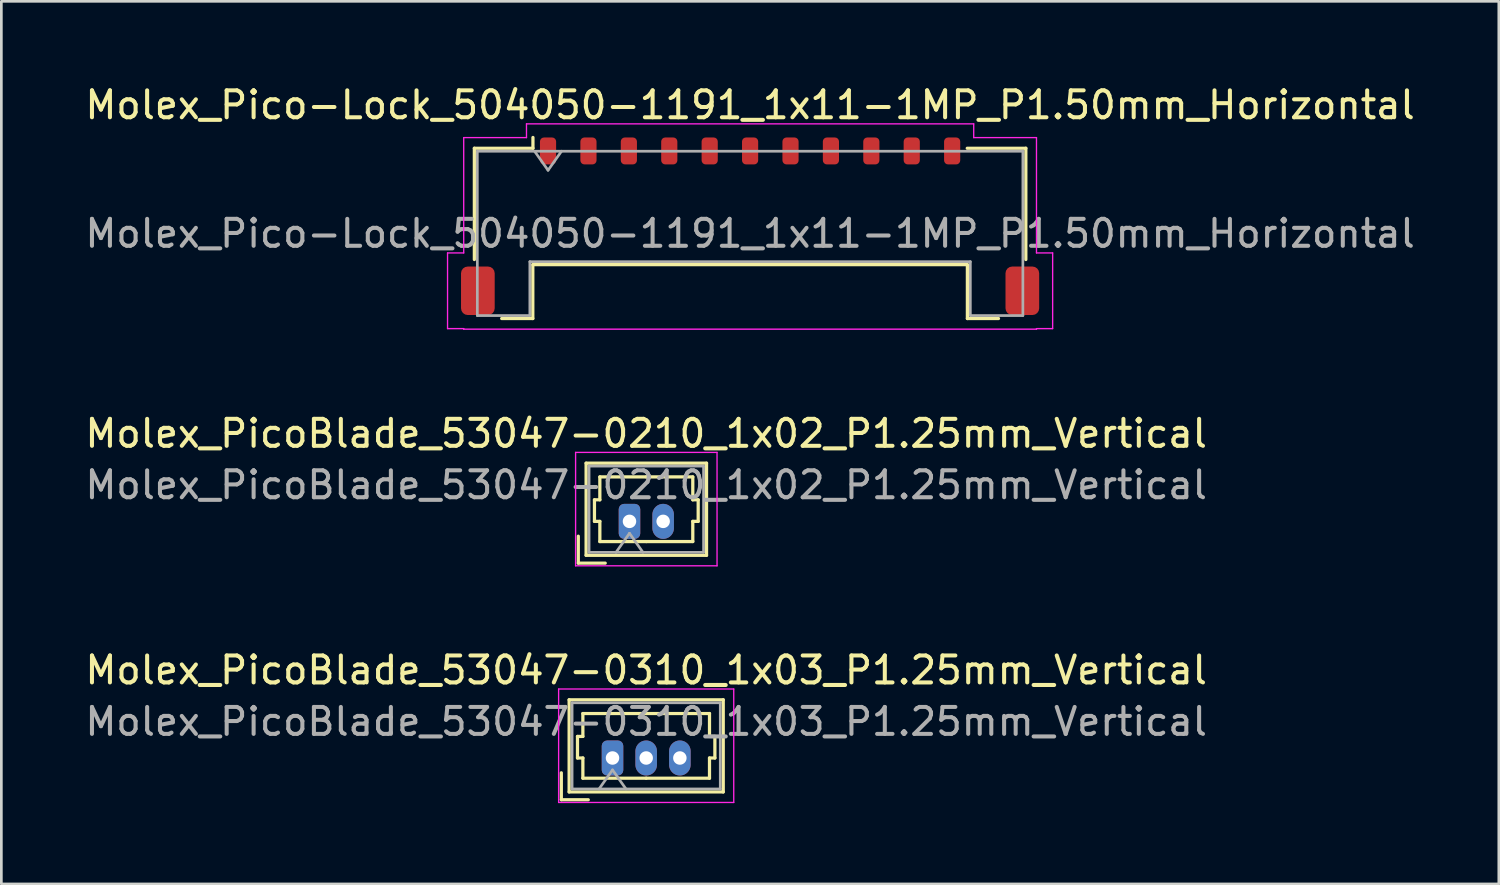
<source format=kicad_pcb>
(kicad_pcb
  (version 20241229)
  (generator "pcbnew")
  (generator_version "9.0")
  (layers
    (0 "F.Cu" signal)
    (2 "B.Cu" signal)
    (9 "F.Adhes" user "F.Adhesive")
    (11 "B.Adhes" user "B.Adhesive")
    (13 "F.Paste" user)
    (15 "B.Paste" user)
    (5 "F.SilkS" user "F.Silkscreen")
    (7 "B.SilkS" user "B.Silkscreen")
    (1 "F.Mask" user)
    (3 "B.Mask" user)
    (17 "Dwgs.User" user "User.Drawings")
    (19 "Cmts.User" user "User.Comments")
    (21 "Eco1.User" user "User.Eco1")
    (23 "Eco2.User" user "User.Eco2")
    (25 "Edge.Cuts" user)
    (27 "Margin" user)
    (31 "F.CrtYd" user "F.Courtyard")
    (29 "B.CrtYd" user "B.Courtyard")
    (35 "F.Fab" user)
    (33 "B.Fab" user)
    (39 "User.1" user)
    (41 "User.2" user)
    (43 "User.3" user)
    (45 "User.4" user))
  (footprint "Molex_Pico-Lock_504050-1191_1x11-1MP_P1.50mm_Horizontal"
    (layer "F.Cu")
    (at 24.792 5.348)
    (property "Reference" "Molex_Pico-Lock_504050-1191_1x11-1MP_P1.50mm_Horizontal" (at 0 -4.5 0) (layer "F.SilkS") (effects (font (size 1 1) (thickness 0.15))))
    (attr smd)
    (fp_line (start -10.235 -2.895) (end -8.06 -2.895) (stroke (width 0.12) (type solid)) (layer "F.SilkS"))
    (fp_line (start -10.235 1.235) (end -10.235 -2.895) (stroke (width 0.12) (type solid)) (layer "F.SilkS"))
    (fp_line (start -9.22 3.425) (end -8.065 3.425) (stroke (width 0.12) (type solid)) (layer "F.SilkS"))
    (fp_line (start -8.065 1.425) (end 8.065 1.425) (stroke (width 0.12) (type solid)) (layer "F.SilkS"))
    (fp_line (start -8.065 3.425) (end -8.065 1.425) (stroke (width 0.12) (type solid)) (layer "F.SilkS"))
    (fp_line (start -8.06 -2.895) (end -8.06 -3.295) (stroke (width 0.12) (type solid)) (layer "F.SilkS"))
    (fp_line (start 8.065 1.425) (end 8.065 3.425) (stroke (width 0.12) (type solid)) (layer "F.SilkS"))
    (fp_line (start 8.065 3.425) (end 9.22 3.425) (stroke (width 0.12) (type solid)) (layer "F.SilkS"))
    (fp_line (start 10.235 -2.895) (end 8.06 -2.895) (stroke (width 0.12) (type solid)) (layer "F.SilkS"))
    (fp_line (start 10.235 1.235) (end 10.235 -2.895) (stroke (width 0.12) (type solid)) (layer "F.SilkS"))
    (fp_line (start -11.23 0.99) (end -10.63 0.99) (stroke (width 0.05) (type solid)) (layer "F.CrtYd"))
    (fp_line (start -11.23 3.8) (end -11.23 0.99) (stroke (width 0.05) (type solid)) (layer "F.CrtYd"))
    (fp_line (start -10.63 -3.29) (end -8.3 -3.29) (stroke (width 0.05) (type solid)) (layer "F.CrtYd"))
    (fp_line (start -10.63 0.99) (end -10.63 -3.29) (stroke (width 0.05) (type solid)) (layer "F.CrtYd"))
    (fp_line (start -10.63 3.8) (end -11.23 3.8) (stroke (width 0.05) (type solid)) (layer "F.CrtYd"))
    (fp_line (start -10.63 3.82) (end -10.63 3.8) (stroke (width 0.05) (type solid)) (layer "F.CrtYd"))
    (fp_line (start -8.3 -3.8) (end 8.3 -3.8) (stroke (width 0.05) (type solid)) (layer "F.CrtYd"))
    (fp_line (start -8.3 -3.29) (end -8.3 -3.8) (stroke (width 0.05) (type solid)) (layer "F.CrtYd"))
    (fp_line (start 8.3 -3.8) (end 8.3 -3.29) (stroke (width 0.05) (type solid)) (layer "F.CrtYd"))
    (fp_line (start 8.3 -3.29) (end 10.63 -3.29) (stroke (width 0.05) (type solid)) (layer "F.CrtYd"))
    (fp_line (start 10.63 -3.29) (end 10.63 0.99) (stroke (width 0.05) (type solid)) (layer "F.CrtYd"))
    (fp_line (start 10.63 0.99) (end 11.23 0.99) (stroke (width 0.05) (type solid)) (layer "F.CrtYd"))
    (fp_line (start 10.63 3.8) (end 10.63 3.82) (stroke (width 0.05) (type solid)) (layer "F.CrtYd"))
    (fp_line (start 10.63 3.82) (end -10.63 3.82) (stroke (width 0.05) (type solid)) (layer "F.CrtYd"))
    (fp_line (start 11.23 0.99) (end 11.23 3.8) (stroke (width 0.05) (type solid)) (layer "F.CrtYd"))
    (fp_line (start 11.23 3.8) (end 10.63 3.8) (stroke (width 0.05) (type solid)) (layer "F.CrtYd"))
    (fp_line (start -10.125 -2.785) (end -10.125 3.315) (stroke (width 0.1) (type solid)) (layer "F.Fab"))
    (fp_line (start -10.125 -2.785) (end 10.125 -2.785) (stroke (width 0.1) (type solid)) (layer "F.Fab"))
    (fp_line (start -10.125 3.315) (end -8.175 3.315) (stroke (width 0.1) (type solid)) (layer "F.Fab"))
    (fp_line (start -8.175 1.315) (end 8.175 1.315) (stroke (width 0.1) (type solid)) (layer "F.Fab"))
    (fp_line (start -8.175 3.315) (end -8.175 1.315) (stroke (width 0.1) (type solid)) (layer "F.Fab"))
    (fp_line (start -8 -2.785) (end -7.5 -2.078) (stroke (width 0.1) (type solid)) (layer "F.Fab"))
    (fp_line (start -7.5 -2.078) (end -7 -2.785) (stroke (width 0.1) (type solid)) (layer "F.Fab"))
    (fp_line (start 8.175 1.315) (end 8.175 3.315) (stroke (width 0.1) (type solid)) (layer "F.Fab"))
    (fp_line (start 8.175 3.315) (end 10.125 3.315) (stroke (width 0.1) (type solid)) (layer "F.Fab"))
    (fp_line (start 10.125 -2.785) (end 10.125 3.315) (stroke (width 0.1) (type solid)) (layer "F.Fab"))
    (fp_text user "${REFERENCE}" (at 0 0.27 0) (layer "F.Fab") (effects (font (size 1 1) (thickness 0.15))))
    (pad "1" smd roundrect (at -7.5 -2.795) (size 0.6 1) (layers "F.Cu" "F.Mask" "F.Paste") (roundrect_rratio 0.25))
    (pad "2" smd roundrect (at -6 -2.795) (size 0.6 1) (layers "F.Cu" "F.Mask" "F.Paste") (roundrect_rratio 0.25))
    (pad "3" smd roundrect (at -4.5 -2.795) (size 0.6 1) (layers "F.Cu" "F.Mask" "F.Paste") (roundrect_rratio 0.25))
    (pad "4" smd roundrect (at -3 -2.795) (size 0.6 1) (layers "F.Cu" "F.Mask" "F.Paste") (roundrect_rratio 0.25))
    (pad "5" smd roundrect (at -1.5 -2.795) (size 0.6 1) (layers "F.Cu" "F.Mask" "F.Paste") (roundrect_rratio 0.25))
    (pad "6" smd roundrect (at 0 -2.795) (size 0.6 1) (layers "F.Cu" "F.Mask" "F.Paste") (roundrect_rratio 0.25))
    (pad "7" smd roundrect (at 1.5 -2.795) (size 0.6 1) (layers "F.Cu" "F.Mask" "F.Paste") (roundrect_rratio 0.25))
    (pad "8" smd roundrect (at 3 -2.795) (size 0.6 1) (layers "F.Cu" "F.Mask" "F.Paste") (roundrect_rratio 0.25))
    (pad "9" smd roundrect (at 4.5 -2.795) (size 0.6 1) (layers "F.Cu" "F.Mask" "F.Paste") (roundrect_rratio 0.25))
    (pad "10" smd roundrect (at 6 -2.795) (size 0.6 1) (layers "F.Cu" "F.Mask" "F.Paste") (roundrect_rratio 0.25))
    (pad "11" smd roundrect (at 7.5 -2.795) (size 0.6 1) (layers "F.Cu" "F.Mask" "F.Paste") (roundrect_rratio 0.25))
    (pad "MP" smd roundrect (at -10.105 2.395) (size 1.25 1.8) (layers "F.Cu" "F.Mask" "F.Paste") (roundrect_rratio 0.2))
    (pad "MP" smd roundrect (at 10.105 2.395) (size 1.25 1.8) (layers "F.Cu" "F.Mask" "F.Paste") (roundrect_rratio 0.2)))
  (footprint "Molex_PicoBlade_53047-0210_1x02_P1.25mm_Vertical"
    (layer "F.Cu")
    (at 20.315 16.302)
    (property "Reference" "Molex_PicoBlade_53047-0210_1x02_P1.25mm_Vertical" (at 0.62 -3.26 0) (layer "F.SilkS") (effects (font (size 1 1) (thickness 0.15))))
    (attr through_hole)
    (fp_line (start -1.9 1.55) (end -1.9 0.55) (stroke (width 0.12) (type solid)) (layer "F.SilkS"))
    (fp_line (start -1.9 1.55) (end -0.9 1.55) (stroke (width 0.12) (type solid)) (layer "F.SilkS"))
    (fp_line (start -1.61 -2.16) (end -1.61 1.26) (stroke (width 0.12) (type solid)) (layer "F.SilkS"))
    (fp_line (start -1.61 1.26) (end 2.86 1.26) (stroke (width 0.12) (type solid)) (layer "F.SilkS"))
    (fp_line (start -1.3 -0.8) (end -1.1 -0.8) (stroke (width 0.12) (type solid)) (layer "F.SilkS"))
    (fp_line (start -1.3 0) (end -1.3 -0.8) (stroke (width 0.12) (type solid)) (layer "F.SilkS"))
    (fp_line (start -1.1 -1.65) (end 0.625 -1.65) (stroke (width 0.12) (type solid)) (layer "F.SilkS"))
    (fp_line (start -1.1 -0.8) (end -1.1 -1.65) (stroke (width 0.12) (type solid)) (layer "F.SilkS"))
    (fp_line (start -1.1 0) (end -1.3 0) (stroke (width 0.12) (type solid)) (layer "F.SilkS"))
    (fp_line (start -1.1 0.75) (end -1.1 0) (stroke (width 0.12) (type solid)) (layer "F.SilkS"))
    (fp_line (start 0.625 0.75) (end -1.1 0.75) (stroke (width 0.12) (type solid)) (layer "F.SilkS"))
    (fp_line (start 0.625 0.75) (end 2.35 0.75) (stroke (width 0.12) (type solid)) (layer "F.SilkS"))
    (fp_line (start 2.35 -1.65) (end 0.625 -1.65) (stroke (width 0.12) (type solid)) (layer "F.SilkS"))
    (fp_line (start 2.35 -0.8) (end 2.35 -1.65) (stroke (width 0.12) (type solid)) (layer "F.SilkS"))
    (fp_line (start 2.35 0) (end 2.55 0) (stroke (width 0.12) (type solid)) (layer "F.SilkS"))
    (fp_line (start 2.35 0.75) (end 2.35 0) (stroke (width 0.12) (type solid)) (layer "F.SilkS"))
    (fp_line (start 2.55 -0.8) (end 2.35 -0.8) (stroke (width 0.12) (type solid)) (layer "F.SilkS"))
    (fp_line (start 2.55 0) (end 2.55 -0.8) (stroke (width 0.12) (type solid)) (layer "F.SilkS"))
    (fp_line (start 2.86 -2.16) (end -1.61 -2.16) (stroke (width 0.12) (type solid)) (layer "F.SilkS"))
    (fp_line (start 2.86 1.26) (end 2.86 -2.16) (stroke (width 0.12) (type solid)) (layer "F.SilkS"))
    (fp_line (start -2 -2.56) (end -2 1.65) (stroke (width 0.05) (type solid)) (layer "F.CrtYd"))
    (fp_line (start -2 1.65) (end 3.25 1.65) (stroke (width 0.05) (type solid)) (layer "F.CrtYd"))
    (fp_line (start 3.25 -2.56) (end -2 -2.56) (stroke (width 0.05) (type solid)) (layer "F.CrtYd"))
    (fp_line (start 3.25 1.65) (end 3.25 -2.56) (stroke (width 0.05) (type solid)) (layer "F.CrtYd"))
    (fp_line (start -1.5 -2.05) (end -1.5 1.15) (stroke (width 0.1) (type solid)) (layer "F.Fab"))
    (fp_line (start -1.5 1.15) (end 2.75 1.15) (stroke (width 0.1) (type solid)) (layer "F.Fab"))
    (fp_line (start -0.5 1.15) (end 0 0.443) (stroke (width 0.1) (type solid)) (layer "F.Fab"))
    (fp_line (start 0 0.443) (end 0.5 1.15) (stroke (width 0.1) (type solid)) (layer "F.Fab"))
    (fp_line (start 2.75 -2.05) (end -1.5 -2.05) (stroke (width 0.1) (type solid)) (layer "F.Fab"))
    (fp_line (start 2.75 1.15) (end 2.75 -2.05) (stroke (width 0.1) (type solid)) (layer "F.Fab"))
    (fp_text user "${REFERENCE}" (at 0.62 -1.35 0) (layer "F.Fab") (effects (font (size 1 1) (thickness 0.15))))
    (pad "1" thru_hole roundrect (at 0 0) (size 0.8 1.3) (drill 0.5) (layers "*.Cu" "*.Mask") (roundrect_rratio 0.25))
    (pad "2" thru_hole oval (at 1.25 0) (size 0.8 1.3) (drill 0.5) (layers "*.Cu" "*.Mask")))
  (footprint "Molex_PicoBlade_53047-0310_1x03_P1.25mm_Vertical"
    (layer "F.Cu")
    (at 19.685 25.085)
    (property "Reference" "Molex_PicoBlade_53047-0310_1x03_P1.25mm_Vertical" (at 1.25 -3.26 0) (layer "F.SilkS") (effects (font (size 1 1) (thickness 0.15))))
    (attr through_hole)
    (fp_line (start -1.9 1.55) (end -1.9 0.55) (stroke (width 0.12) (type solid)) (layer "F.SilkS"))
    (fp_line (start -1.9 1.55) (end -0.9 1.55) (stroke (width 0.12) (type solid)) (layer "F.SilkS"))
    (fp_line (start -1.61 -2.16) (end -1.61 1.26) (stroke (width 0.12) (type solid)) (layer "F.SilkS"))
    (fp_line (start -1.61 1.26) (end 4.11 1.26) (stroke (width 0.12) (type solid)) (layer "F.SilkS"))
    (fp_line (start -1.3 -0.8) (end -1.1 -0.8) (stroke (width 0.12) (type solid)) (layer "F.SilkS"))
    (fp_line (start -1.3 0) (end -1.3 -0.8) (stroke (width 0.12) (type solid)) (layer "F.SilkS"))
    (fp_line (start -1.1 -1.65) (end 1.25 -1.65) (stroke (width 0.12) (type solid)) (layer "F.SilkS"))
    (fp_line (start -1.1 -0.8) (end -1.1 -1.65) (stroke (width 0.12) (type solid)) (layer "F.SilkS"))
    (fp_line (start -1.1 0) (end -1.3 0) (stroke (width 0.12) (type solid)) (layer "F.SilkS"))
    (fp_line (start -1.1 0.75) (end -1.1 0) (stroke (width 0.12) (type solid)) (layer "F.SilkS"))
    (fp_line (start 1.25 0.75) (end -1.1 0.75) (stroke (width 0.12) (type solid)) (layer "F.SilkS"))
    (fp_line (start 1.25 0.75) (end 3.6 0.75) (stroke (width 0.12) (type solid)) (layer "F.SilkS"))
    (fp_line (start 3.6 -1.65) (end 1.25 -1.65) (stroke (width 0.12) (type solid)) (layer "F.SilkS"))
    (fp_line (start 3.6 -0.8) (end 3.6 -1.65) (stroke (width 0.12) (type solid)) (layer "F.SilkS"))
    (fp_line (start 3.6 0) (end 3.8 0) (stroke (width 0.12) (type solid)) (layer "F.SilkS"))
    (fp_line (start 3.6 0.75) (end 3.6 0) (stroke (width 0.12) (type solid)) (layer "F.SilkS"))
    (fp_line (start 3.8 -0.8) (end 3.6 -0.8) (stroke (width 0.12) (type solid)) (layer "F.SilkS"))
    (fp_line (start 3.8 0) (end 3.8 -0.8) (stroke (width 0.12) (type solid)) (layer "F.SilkS"))
    (fp_line (start 4.11 -2.16) (end -1.61 -2.16) (stroke (width 0.12) (type solid)) (layer "F.SilkS"))
    (fp_line (start 4.11 1.26) (end 4.11 -2.16) (stroke (width 0.12) (type solid)) (layer "F.SilkS"))
    (fp_line (start -2 -2.56) (end -2 1.65) (stroke (width 0.05) (type solid)) (layer "F.CrtYd"))
    (fp_line (start -2 1.65) (end 4.5 1.65) (stroke (width 0.05) (type solid)) (layer "F.CrtYd"))
    (fp_line (start 4.5 -2.56) (end -2 -2.56) (stroke (width 0.05) (type solid)) (layer "F.CrtYd"))
    (fp_line (start 4.5 1.65) (end 4.5 -2.56) (stroke (width 0.05) (type solid)) (layer "F.CrtYd"))
    (fp_line (start -1.5 -2.05) (end -1.5 1.15) (stroke (width 0.1) (type solid)) (layer "F.Fab"))
    (fp_line (start -1.5 1.15) (end 4 1.15) (stroke (width 0.1) (type solid)) (layer "F.Fab"))
    (fp_line (start -0.5 1.15) (end 0 0.443) (stroke (width 0.1) (type solid)) (layer "F.Fab"))
    (fp_line (start 0 0.443) (end 0.5 1.15) (stroke (width 0.1) (type solid)) (layer "F.Fab"))
    (fp_line (start 4 -2.05) (end -1.5 -2.05) (stroke (width 0.1) (type solid)) (layer "F.Fab"))
    (fp_line (start 4 1.15) (end 4 -2.05) (stroke (width 0.1) (type solid)) (layer "F.Fab"))
    (fp_text user "${REFERENCE}" (at 1.25 -1.35 0) (layer "F.Fab") (effects (font (size 1 1) (thickness 0.15))))
    (pad "1" thru_hole roundrect (at 0 0) (size 0.8 1.3) (drill 0.5) (layers "*.Cu" "*.Mask") (roundrect_rratio 0.25))
    (pad "2" thru_hole oval (at 1.25 0) (size 0.8 1.3) (drill 0.5) (layers "*.Cu" "*.Mask"))
    (pad "3" thru_hole oval (at 2.5 0) (size 0.8 1.3) (drill 0.5) (layers "*.Cu" "*.Mask")))
  (gr_rect
    (start -3 -3)
    (end 52.583 29.76)
    (stroke (width 0.1) (type default))
    (fill no)
    (layer "Edge.Cuts")))
</source>
